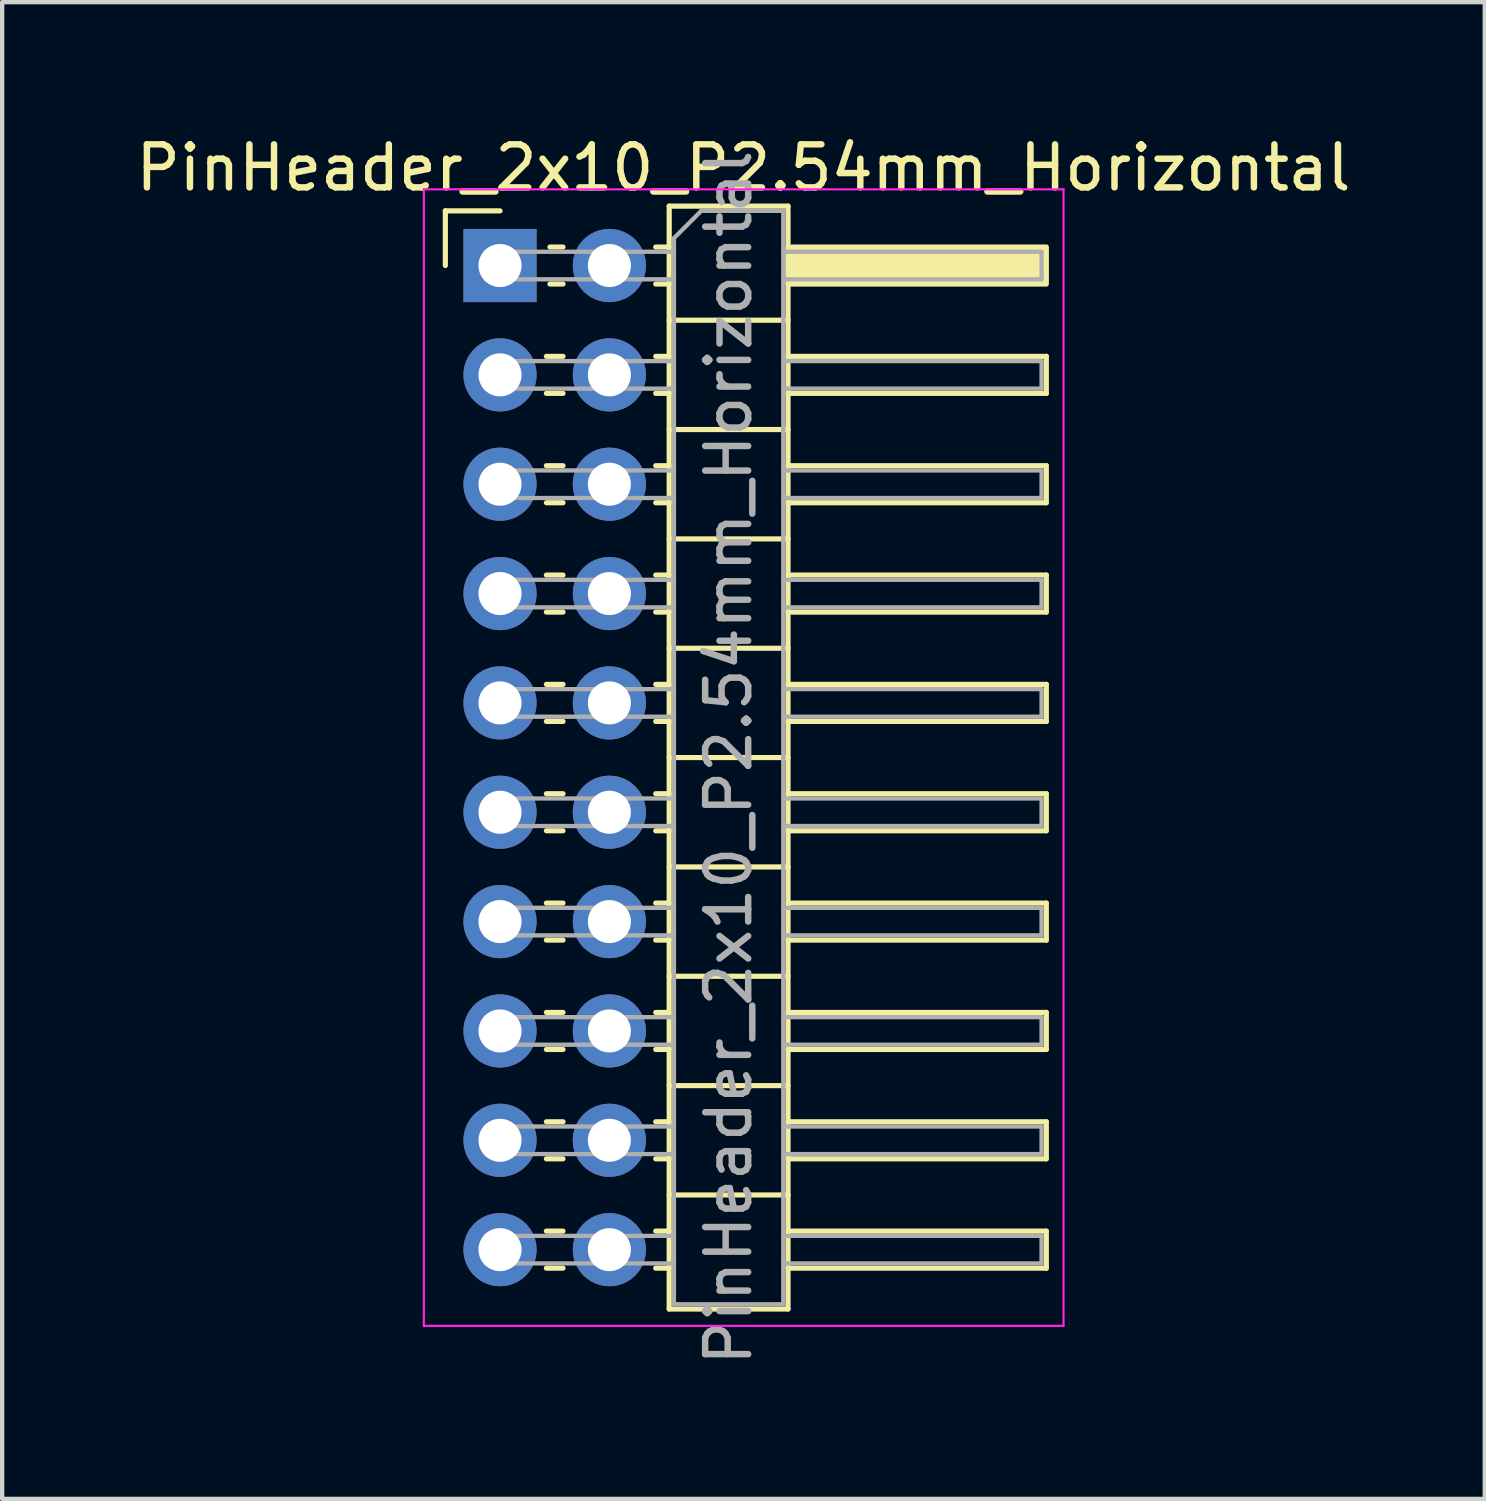
<source format=kicad_pcb>
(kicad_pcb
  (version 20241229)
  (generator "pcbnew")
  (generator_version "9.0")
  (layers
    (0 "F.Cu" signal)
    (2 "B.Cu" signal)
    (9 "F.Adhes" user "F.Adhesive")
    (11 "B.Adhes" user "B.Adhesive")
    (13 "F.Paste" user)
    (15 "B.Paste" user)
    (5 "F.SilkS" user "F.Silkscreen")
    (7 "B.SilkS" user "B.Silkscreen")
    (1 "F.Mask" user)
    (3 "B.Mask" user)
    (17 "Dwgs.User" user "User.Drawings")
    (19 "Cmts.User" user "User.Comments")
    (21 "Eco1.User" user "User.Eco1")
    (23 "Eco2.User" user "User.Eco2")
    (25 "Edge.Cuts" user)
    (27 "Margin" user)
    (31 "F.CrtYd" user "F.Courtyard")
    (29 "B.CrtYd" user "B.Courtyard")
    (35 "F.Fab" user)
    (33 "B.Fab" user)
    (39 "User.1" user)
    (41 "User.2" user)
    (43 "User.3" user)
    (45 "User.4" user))
  (footprint "PinHeader_2x10_P2.54mm_Horizontal"
    (layer "F.Cu")
    (at 8.565 3.118)
    (property "Reference" "PinHeader_2x10_P2.54mm_Horizontal" (at 5.655 -2.27 0) (layer "F.SilkS") (effects (font (size 1 1) (thickness 0.15))))
    (attr through_hole)
    (fp_line (start -1.27 -1.27) (end 0 -1.27) (stroke (width 0.12) (type solid)) (layer "F.SilkS"))
    (fp_line (start -1.27 0) (end -1.27 -1.27) (stroke (width 0.12) (type solid)) (layer "F.SilkS"))
    (fp_line (start 1.077 2.11) (end 1.463 2.11) (stroke (width 0.12) (type solid)) (layer "F.SilkS"))
    (fp_line (start 1.077 2.97) (end 1.463 2.97) (stroke (width 0.12) (type solid)) (layer "F.SilkS"))
    (fp_line (start 1.077 4.65) (end 1.463 4.65) (stroke (width 0.12) (type solid)) (layer "F.SilkS"))
    (fp_line (start 1.077 5.51) (end 1.463 5.51) (stroke (width 0.12) (type solid)) (layer "F.SilkS"))
    (fp_line (start 1.077 7.19) (end 1.463 7.19) (stroke (width 0.12) (type solid)) (layer "F.SilkS"))
    (fp_line (start 1.077 8.05) (end 1.463 8.05) (stroke (width 0.12) (type solid)) (layer "F.SilkS"))
    (fp_line (start 1.077 9.73) (end 1.463 9.73) (stroke (width 0.12) (type solid)) (layer "F.SilkS"))
    (fp_line (start 1.077 10.59) (end 1.463 10.59) (stroke (width 0.12) (type solid)) (layer "F.SilkS"))
    (fp_line (start 1.077 12.27) (end 1.463 12.27) (stroke (width 0.12) (type solid)) (layer "F.SilkS"))
    (fp_line (start 1.077 13.13) (end 1.463 13.13) (stroke (width 0.12) (type solid)) (layer "F.SilkS"))
    (fp_line (start 1.077 14.81) (end 1.463 14.81) (stroke (width 0.12) (type solid)) (layer "F.SilkS"))
    (fp_line (start 1.077 15.67) (end 1.463 15.67) (stroke (width 0.12) (type solid)) (layer "F.SilkS"))
    (fp_line (start 1.077 17.35) (end 1.463 17.35) (stroke (width 0.12) (type solid)) (layer "F.SilkS"))
    (fp_line (start 1.077 18.21) (end 1.463 18.21) (stroke (width 0.12) (type solid)) (layer "F.SilkS"))
    (fp_line (start 1.077 19.89) (end 1.463 19.89) (stroke (width 0.12) (type solid)) (layer "F.SilkS"))
    (fp_line (start 1.077 20.75) (end 1.463 20.75) (stroke (width 0.12) (type solid)) (layer "F.SilkS"))
    (fp_line (start 1.077 22.43) (end 1.463 22.43) (stroke (width 0.12) (type solid)) (layer "F.SilkS"))
    (fp_line (start 1.077 23.29) (end 1.463 23.29) (stroke (width 0.12) (type solid)) (layer "F.SilkS"))
    (fp_line (start 1.16 -0.43) (end 1.463 -0.43) (stroke (width 0.12) (type solid)) (layer "F.SilkS"))
    (fp_line (start 1.16 0.43) (end 1.463 0.43) (stroke (width 0.12) (type solid)) (layer "F.SilkS"))
    (fp_line (start 3.617 -0.43) (end 3.93 -0.43) (stroke (width 0.12) (type solid)) (layer "F.SilkS"))
    (fp_line (start 3.617 0.43) (end 3.93 0.43) (stroke (width 0.12) (type solid)) (layer "F.SilkS"))
    (fp_line (start 3.617 2.11) (end 3.93 2.11) (stroke (width 0.12) (type solid)) (layer "F.SilkS"))
    (fp_line (start 3.617 2.97) (end 3.93 2.97) (stroke (width 0.12) (type solid)) (layer "F.SilkS"))
    (fp_line (start 3.617 4.65) (end 3.93 4.65) (stroke (width 0.12) (type solid)) (layer "F.SilkS"))
    (fp_line (start 3.617 5.51) (end 3.93 5.51) (stroke (width 0.12) (type solid)) (layer "F.SilkS"))
    (fp_line (start 3.617 7.19) (end 3.93 7.19) (stroke (width 0.12) (type solid)) (layer "F.SilkS"))
    (fp_line (start 3.617 8.05) (end 3.93 8.05) (stroke (width 0.12) (type solid)) (layer "F.SilkS"))
    (fp_line (start 3.617 9.73) (end 3.93 9.73) (stroke (width 0.12) (type solid)) (layer "F.SilkS"))
    (fp_line (start 3.617 10.59) (end 3.93 10.59) (stroke (width 0.12) (type solid)) (layer "F.SilkS"))
    (fp_line (start 3.617 12.27) (end 3.93 12.27) (stroke (width 0.12) (type solid)) (layer "F.SilkS"))
    (fp_line (start 3.617 13.13) (end 3.93 13.13) (stroke (width 0.12) (type solid)) (layer "F.SilkS"))
    (fp_line (start 3.617 14.81) (end 3.93 14.81) (stroke (width 0.12) (type solid)) (layer "F.SilkS"))
    (fp_line (start 3.617 15.67) (end 3.93 15.67) (stroke (width 0.12) (type solid)) (layer "F.SilkS"))
    (fp_line (start 3.617 17.35) (end 3.93 17.35) (stroke (width 0.12) (type solid)) (layer "F.SilkS"))
    (fp_line (start 3.617 18.21) (end 3.93 18.21) (stroke (width 0.12) (type solid)) (layer "F.SilkS"))
    (fp_line (start 3.617 19.89) (end 3.93 19.89) (stroke (width 0.12) (type solid)) (layer "F.SilkS"))
    (fp_line (start 3.617 20.75) (end 3.93 20.75) (stroke (width 0.12) (type solid)) (layer "F.SilkS"))
    (fp_line (start 3.617 22.43) (end 3.93 22.43) (stroke (width 0.12) (type solid)) (layer "F.SilkS"))
    (fp_line (start 3.617 23.29) (end 3.93 23.29) (stroke (width 0.12) (type solid)) (layer "F.SilkS"))
    (fp_line (start 3.93 -1.38) (end 3.93 24.24) (stroke (width 0.12) (type solid)) (layer "F.SilkS"))
    (fp_line (start 3.93 1.27) (end 6.69 1.27) (stroke (width 0.12) (type solid)) (layer "F.SilkS"))
    (fp_line (start 3.93 3.81) (end 6.69 3.81) (stroke (width 0.12) (type solid)) (layer "F.SilkS"))
    (fp_line (start 3.93 6.35) (end 6.69 6.35) (stroke (width 0.12) (type solid)) (layer "F.SilkS"))
    (fp_line (start 3.93 8.89) (end 6.69 8.89) (stroke (width 0.12) (type solid)) (layer "F.SilkS"))
    (fp_line (start 3.93 11.43) (end 6.69 11.43) (stroke (width 0.12) (type solid)) (layer "F.SilkS"))
    (fp_line (start 3.93 13.97) (end 6.69 13.97) (stroke (width 0.12) (type solid)) (layer "F.SilkS"))
    (fp_line (start 3.93 16.51) (end 6.69 16.51) (stroke (width 0.12) (type solid)) (layer "F.SilkS"))
    (fp_line (start 3.93 19.05) (end 6.69 19.05) (stroke (width 0.12) (type solid)) (layer "F.SilkS"))
    (fp_line (start 3.93 21.59) (end 6.69 21.59) (stroke (width 0.12) (type solid)) (layer "F.SilkS"))
    (fp_line (start 3.93 24.24) (end 6.69 24.24) (stroke (width 0.12) (type solid)) (layer "F.SilkS"))
    (fp_line (start 6.69 -1.38) (end 3.93 -1.38) (stroke (width 0.12) (type solid)) (layer "F.SilkS"))
    (fp_line (start 6.69 2.11) (end 12.69 2.11) (stroke (width 0.12) (type solid)) (layer "F.SilkS"))
    (fp_line (start 6.69 4.65) (end 12.69 4.65) (stroke (width 0.12) (type solid)) (layer "F.SilkS"))
    (fp_line (start 6.69 7.19) (end 12.69 7.19) (stroke (width 0.12) (type solid)) (layer "F.SilkS"))
    (fp_line (start 6.69 9.73) (end 12.69 9.73) (stroke (width 0.12) (type solid)) (layer "F.SilkS"))
    (fp_line (start 6.69 12.27) (end 12.69 12.27) (stroke (width 0.12) (type solid)) (layer "F.SilkS"))
    (fp_line (start 6.69 14.81) (end 12.69 14.81) (stroke (width 0.12) (type solid)) (layer "F.SilkS"))
    (fp_line (start 6.69 17.35) (end 12.69 17.35) (stroke (width 0.12) (type solid)) (layer "F.SilkS"))
    (fp_line (start 6.69 19.89) (end 12.69 19.89) (stroke (width 0.12) (type solid)) (layer "F.SilkS"))
    (fp_line (start 6.69 22.43) (end 12.69 22.43) (stroke (width 0.12) (type solid)) (layer "F.SilkS"))
    (fp_line (start 6.69 24.24) (end 6.69 -1.38) (stroke (width 0.12) (type solid)) (layer "F.SilkS"))
    (fp_line (start 12.69 2.11) (end 12.69 2.97) (stroke (width 0.12) (type solid)) (layer "F.SilkS"))
    (fp_line (start 12.69 2.97) (end 6.69 2.97) (stroke (width 0.12) (type solid)) (layer "F.SilkS"))
    (fp_line (start 12.69 4.65) (end 12.69 5.51) (stroke (width 0.12) (type solid)) (layer "F.SilkS"))
    (fp_line (start 12.69 5.51) (end 6.69 5.51) (stroke (width 0.12) (type solid)) (layer "F.SilkS"))
    (fp_line (start 12.69 7.19) (end 12.69 8.05) (stroke (width 0.12) (type solid)) (layer "F.SilkS"))
    (fp_line (start 12.69 8.05) (end 6.69 8.05) (stroke (width 0.12) (type solid)) (layer "F.SilkS"))
    (fp_line (start 12.69 9.73) (end 12.69 10.59) (stroke (width 0.12) (type solid)) (layer "F.SilkS"))
    (fp_line (start 12.69 10.59) (end 6.69 10.59) (stroke (width 0.12) (type solid)) (layer "F.SilkS"))
    (fp_line (start 12.69 12.27) (end 12.69 13.13) (stroke (width 0.12) (type solid)) (layer "F.SilkS"))
    (fp_line (start 12.69 13.13) (end 6.69 13.13) (stroke (width 0.12) (type solid)) (layer "F.SilkS"))
    (fp_line (start 12.69 14.81) (end 12.69 15.67) (stroke (width 0.12) (type solid)) (layer "F.SilkS"))
    (fp_line (start 12.69 15.67) (end 6.69 15.67) (stroke (width 0.12) (type solid)) (layer "F.SilkS"))
    (fp_line (start 12.69 17.35) (end 12.69 18.21) (stroke (width 0.12) (type solid)) (layer "F.SilkS"))
    (fp_line (start 12.69 18.21) (end 6.69 18.21) (stroke (width 0.12) (type solid)) (layer "F.SilkS"))
    (fp_line (start 12.69 19.89) (end 12.69 20.75) (stroke (width 0.12) (type solid)) (layer "F.SilkS"))
    (fp_line (start 12.69 20.75) (end 6.69 20.75) (stroke (width 0.12) (type solid)) (layer "F.SilkS"))
    (fp_line (start 12.69 22.43) (end 12.69 23.29) (stroke (width 0.12) (type solid)) (layer "F.SilkS"))
    (fp_line (start 12.69 23.29) (end 6.69 23.29) (stroke (width 0.12) (type solid)) (layer "F.SilkS"))
    (fp_rect (start 6.69 -0.43) (end 12.69 0.43) (stroke (width 0.12) (type solid)) (fill yes) (layer "F.SilkS"))
    (fp_line (start -1.77 -1.77) (end -1.77 24.63) (stroke (width 0.05) (type solid)) (layer "F.CrtYd"))
    (fp_line (start -1.77 24.63) (end 13.09 24.63) (stroke (width 0.05) (type solid)) (layer "F.CrtYd"))
    (fp_line (start 13.09 -1.77) (end -1.77 -1.77) (stroke (width 0.05) (type solid)) (layer "F.CrtYd"))
    (fp_line (start 13.09 24.63) (end 13.09 -1.77) (stroke (width 0.05) (type solid)) (layer "F.CrtYd"))
    (fp_line (start -0.32 -0.32) (end -0.32 0.32) (stroke (width 0.1) (type solid)) (layer "F.Fab"))
    (fp_line (start -0.32 -0.32) (end 4.04 -0.32) (stroke (width 0.1) (type solid)) (layer "F.Fab"))
    (fp_line (start -0.32 0.32) (end 4.04 0.32) (stroke (width 0.1) (type solid)) (layer "F.Fab"))
    (fp_line (start -0.32 2.22) (end -0.32 2.86) (stroke (width 0.1) (type solid)) (layer "F.Fab"))
    (fp_line (start -0.32 2.22) (end 4.04 2.22) (stroke (width 0.1) (type solid)) (layer "F.Fab"))
    (fp_line (start -0.32 2.86) (end 4.04 2.86) (stroke (width 0.1) (type solid)) (layer "F.Fab"))
    (fp_line (start -0.32 4.76) (end -0.32 5.4) (stroke (width 0.1) (type solid)) (layer "F.Fab"))
    (fp_line (start -0.32 4.76) (end 4.04 4.76) (stroke (width 0.1) (type solid)) (layer "F.Fab"))
    (fp_line (start -0.32 5.4) (end 4.04 5.4) (stroke (width 0.1) (type solid)) (layer "F.Fab"))
    (fp_line (start -0.32 7.3) (end -0.32 7.94) (stroke (width 0.1) (type solid)) (layer "F.Fab"))
    (fp_line (start -0.32 7.3) (end 4.04 7.3) (stroke (width 0.1) (type solid)) (layer "F.Fab"))
    (fp_line (start -0.32 7.94) (end 4.04 7.94) (stroke (width 0.1) (type solid)) (layer "F.Fab"))
    (fp_line (start -0.32 9.84) (end -0.32 10.48) (stroke (width 0.1) (type solid)) (layer "F.Fab"))
    (fp_line (start -0.32 9.84) (end 4.04 9.84) (stroke (width 0.1) (type solid)) (layer "F.Fab"))
    (fp_line (start -0.32 10.48) (end 4.04 10.48) (stroke (width 0.1) (type solid)) (layer "F.Fab"))
    (fp_line (start -0.32 12.38) (end -0.32 13.02) (stroke (width 0.1) (type solid)) (layer "F.Fab"))
    (fp_line (start -0.32 12.38) (end 4.04 12.38) (stroke (width 0.1) (type solid)) (layer "F.Fab"))
    (fp_line (start -0.32 13.02) (end 4.04 13.02) (stroke (width 0.1) (type solid)) (layer "F.Fab"))
    (fp_line (start -0.32 14.92) (end -0.32 15.56) (stroke (width 0.1) (type solid)) (layer "F.Fab"))
    (fp_line (start -0.32 14.92) (end 4.04 14.92) (stroke (width 0.1) (type solid)) (layer "F.Fab"))
    (fp_line (start -0.32 15.56) (end 4.04 15.56) (stroke (width 0.1) (type solid)) (layer "F.Fab"))
    (fp_line (start -0.32 17.46) (end -0.32 18.1) (stroke (width 0.1) (type solid)) (layer "F.Fab"))
    (fp_line (start -0.32 17.46) (end 4.04 17.46) (stroke (width 0.1) (type solid)) (layer "F.Fab"))
    (fp_line (start -0.32 18.1) (end 4.04 18.1) (stroke (width 0.1) (type solid)) (layer "F.Fab"))
    (fp_line (start -0.32 20) (end -0.32 20.64) (stroke (width 0.1) (type solid)) (layer "F.Fab"))
    (fp_line (start -0.32 20) (end 4.04 20) (stroke (width 0.1) (type solid)) (layer "F.Fab"))
    (fp_line (start -0.32 20.64) (end 4.04 20.64) (stroke (width 0.1) (type solid)) (layer "F.Fab"))
    (fp_line (start -0.32 22.54) (end -0.32 23.18) (stroke (width 0.1) (type solid)) (layer "F.Fab"))
    (fp_line (start -0.32 22.54) (end 4.04 22.54) (stroke (width 0.1) (type solid)) (layer "F.Fab"))
    (fp_line (start -0.32 23.18) (end 4.04 23.18) (stroke (width 0.1) (type solid)) (layer "F.Fab"))
    (fp_line (start 4.04 -0.635) (end 4.675 -1.27) (stroke (width 0.1) (type solid)) (layer "F.Fab"))
    (fp_line (start 4.04 24.13) (end 4.04 -0.635) (stroke (width 0.1) (type solid)) (layer "F.Fab"))
    (fp_line (start 4.675 -1.27) (end 6.58 -1.27) (stroke (width 0.1) (type solid)) (layer "F.Fab"))
    (fp_line (start 6.58 -1.27) (end 6.58 24.13) (stroke (width 0.1) (type solid)) (layer "F.Fab"))
    (fp_line (start 6.58 -0.32) (end 12.58 -0.32) (stroke (width 0.1) (type solid)) (layer "F.Fab"))
    (fp_line (start 6.58 0.32) (end 12.58 0.32) (stroke (width 0.1) (type solid)) (layer "F.Fab"))
    (fp_line (start 6.58 2.22) (end 12.58 2.22) (stroke (width 0.1) (type solid)) (layer "F.Fab"))
    (fp_line (start 6.58 2.86) (end 12.58 2.86) (stroke (width 0.1) (type solid)) (layer "F.Fab"))
    (fp_line (start 6.58 4.76) (end 12.58 4.76) (stroke (width 0.1) (type solid)) (layer "F.Fab"))
    (fp_line (start 6.58 5.4) (end 12.58 5.4) (stroke (width 0.1) (type solid)) (layer "F.Fab"))
    (fp_line (start 6.58 7.3) (end 12.58 7.3) (stroke (width 0.1) (type solid)) (layer "F.Fab"))
    (fp_line (start 6.58 7.94) (end 12.58 7.94) (stroke (width 0.1) (type solid)) (layer "F.Fab"))
    (fp_line (start 6.58 9.84) (end 12.58 9.84) (stroke (width 0.1) (type solid)) (layer "F.Fab"))
    (fp_line (start 6.58 10.48) (end 12.58 10.48) (stroke (width 0.1) (type solid)) (layer "F.Fab"))
    (fp_line (start 6.58 12.38) (end 12.58 12.38) (stroke (width 0.1) (type solid)) (layer "F.Fab"))
    (fp_line (start 6.58 13.02) (end 12.58 13.02) (stroke (width 0.1) (type solid)) (layer "F.Fab"))
    (fp_line (start 6.58 14.92) (end 12.58 14.92) (stroke (width 0.1) (type solid)) (layer "F.Fab"))
    (fp_line (start 6.58 15.56) (end 12.58 15.56) (stroke (width 0.1) (type solid)) (layer "F.Fab"))
    (fp_line (start 6.58 17.46) (end 12.58 17.46) (stroke (width 0.1) (type solid)) (layer "F.Fab"))
    (fp_line (start 6.58 18.1) (end 12.58 18.1) (stroke (width 0.1) (type solid)) (layer "F.Fab"))
    (fp_line (start 6.58 20) (end 12.58 20) (stroke (width 0.1) (type solid)) (layer "F.Fab"))
    (fp_line (start 6.58 20.64) (end 12.58 20.64) (stroke (width 0.1) (type solid)) (layer "F.Fab"))
    (fp_line (start 6.58 22.54) (end 12.58 22.54) (stroke (width 0.1) (type solid)) (layer "F.Fab"))
    (fp_line (start 6.58 23.18) (end 12.58 23.18) (stroke (width 0.1) (type solid)) (layer "F.Fab"))
    (fp_line (start 6.58 24.13) (end 4.04 24.13) (stroke (width 0.1) (type solid)) (layer "F.Fab"))
    (fp_line (start 12.58 -0.32) (end 12.58 0.32) (stroke (width 0.1) (type solid)) (layer "F.Fab"))
    (fp_line (start 12.58 2.22) (end 12.58 2.86) (stroke (width 0.1) (type solid)) (layer "F.Fab"))
    (fp_line (start 12.58 4.76) (end 12.58 5.4) (stroke (width 0.1) (type solid)) (layer "F.Fab"))
    (fp_line (start 12.58 7.3) (end 12.58 7.94) (stroke (width 0.1) (type solid)) (layer "F.Fab"))
    (fp_line (start 12.58 9.84) (end 12.58 10.48) (stroke (width 0.1) (type solid)) (layer "F.Fab"))
    (fp_line (start 12.58 12.38) (end 12.58 13.02) (stroke (width 0.1) (type solid)) (layer "F.Fab"))
    (fp_line (start 12.58 14.92) (end 12.58 15.56) (stroke (width 0.1) (type solid)) (layer "F.Fab"))
    (fp_line (start 12.58 17.46) (end 12.58 18.1) (stroke (width 0.1) (type solid)) (layer "F.Fab"))
    (fp_line (start 12.58 20) (end 12.58 20.64) (stroke (width 0.1) (type solid)) (layer "F.Fab"))
    (fp_line (start 12.58 22.54) (end 12.58 23.18) (stroke (width 0.1) (type solid)) (layer "F.Fab"))
    (fp_text user "${REFERENCE}" (at 5.31 11.43 90) (layer "F.Fab") (effects (font (size 1 1) (thickness 0.15))))
    (pad "1" thru_hole rect (at 0 0) (size 1.7 1.7) (drill 1) (layers "*.Cu" "*.Mask"))
    (pad "2" thru_hole circle (at 2.54 0) (size 1.7 1.7) (drill 1) (layers "*.Cu" "*.Mask"))
    (pad "3" thru_hole circle (at 0 2.54) (size 1.7 1.7) (drill 1) (layers "*.Cu" "*.Mask"))
    (pad "4" thru_hole circle (at 2.54 2.54) (size 1.7 1.7) (drill 1) (layers "*.Cu" "*.Mask"))
    (pad "5" thru_hole circle (at 0 5.08) (size 1.7 1.7) (drill 1) (layers "*.Cu" "*.Mask"))
    (pad "6" thru_hole circle (at 2.54 5.08) (size 1.7 1.7) (drill 1) (layers "*.Cu" "*.Mask"))
    (pad "7" thru_hole circle (at 0 7.62) (size 1.7 1.7) (drill 1) (layers "*.Cu" "*.Mask"))
    (pad "8" thru_hole circle (at 2.54 7.62) (size 1.7 1.7) (drill 1) (layers "*.Cu" "*.Mask"))
    (pad "9" thru_hole circle (at 0 10.16) (size 1.7 1.7) (drill 1) (layers "*.Cu" "*.Mask"))
    (pad "10" thru_hole circle (at 2.54 10.16) (size 1.7 1.7) (drill 1) (layers "*.Cu" "*.Mask"))
    (pad "11" thru_hole circle (at 0 12.7) (size 1.7 1.7) (drill 1) (layers "*.Cu" "*.Mask"))
    (pad "12" thru_hole circle (at 2.54 12.7) (size 1.7 1.7) (drill 1) (layers "*.Cu" "*.Mask"))
    (pad "13" thru_hole circle (at 0 15.24) (size 1.7 1.7) (drill 1) (layers "*.Cu" "*.Mask"))
    (pad "14" thru_hole circle (at 2.54 15.24) (size 1.7 1.7) (drill 1) (layers "*.Cu" "*.Mask"))
    (pad "15" thru_hole circle (at 0 17.78) (size 1.7 1.7) (drill 1) (layers "*.Cu" "*.Mask"))
    (pad "16" thru_hole circle (at 2.54 17.78) (size 1.7 1.7) (drill 1) (layers "*.Cu" "*.Mask"))
    (pad "17" thru_hole circle (at 0 20.32) (size 1.7 1.7) (drill 1) (layers "*.Cu" "*.Mask"))
    (pad "18" thru_hole circle (at 2.54 20.32) (size 1.7 1.7) (drill 1) (layers "*.Cu" "*.Mask"))
    (pad "19" thru_hole circle (at 0 22.86) (size 1.7 1.7) (drill 1) (layers "*.Cu" "*.Mask"))
    (pad "20" thru_hole circle (at 2.54 22.86) (size 1.7 1.7) (drill 1) (layers "*.Cu" "*.Mask")))
  (gr_rect
    (start -3 -3)
    (end 31.44 31.768)
    (stroke (width 0.1) (type default))
    (fill no)
    (layer "Edge.Cuts")))
</source>
